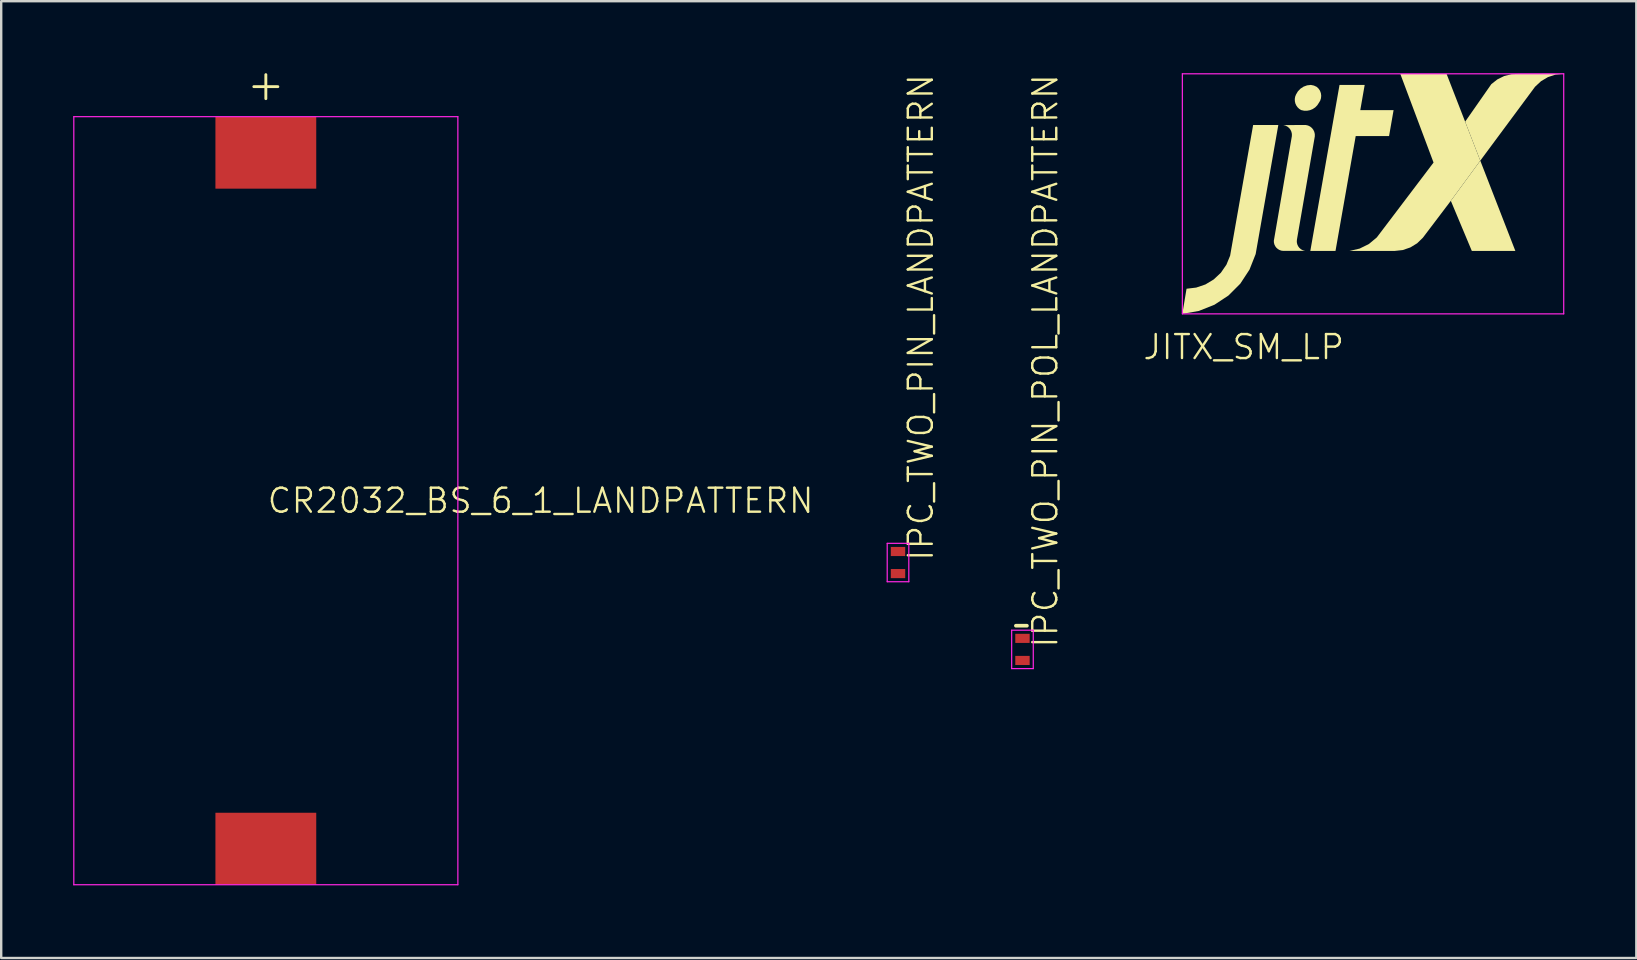
<source format=kicad_pcb>
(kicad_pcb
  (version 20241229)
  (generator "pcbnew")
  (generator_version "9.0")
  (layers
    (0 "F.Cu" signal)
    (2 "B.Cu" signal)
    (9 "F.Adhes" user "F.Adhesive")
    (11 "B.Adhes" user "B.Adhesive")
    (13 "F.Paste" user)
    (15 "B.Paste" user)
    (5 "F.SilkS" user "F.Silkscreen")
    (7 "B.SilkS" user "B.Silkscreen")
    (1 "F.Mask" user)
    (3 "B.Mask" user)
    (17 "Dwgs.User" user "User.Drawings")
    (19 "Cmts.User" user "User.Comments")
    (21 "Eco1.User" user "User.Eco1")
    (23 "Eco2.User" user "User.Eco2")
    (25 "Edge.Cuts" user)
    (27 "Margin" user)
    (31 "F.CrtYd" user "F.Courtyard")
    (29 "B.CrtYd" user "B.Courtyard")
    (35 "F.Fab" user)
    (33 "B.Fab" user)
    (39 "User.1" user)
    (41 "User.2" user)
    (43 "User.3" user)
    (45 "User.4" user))
  (footprint "IPC_TWO_PIN_LANDPATTERN"
    (layer "F.Cu")
    (at 34.362 20.386)
    (property "Reference" "IPC_TWO_PIN_LANDPATTERN" (at 0.95 0 90) (layer "F.SilkS") (effects (font (size 1 1) (thickness 0.1)) (justify left)))
    (fp_poly (pts (xy -0.35 -0.22) (xy 0.35 -0.22) (xy 0.35 -0.7) (xy -0.35 -0.7)) (stroke (width 0) (type solid)) (fill yes) (layer "F.Mask"))
    (fp_poly (pts (xy -0.35 0.7) (xy 0.35 0.7) (xy 0.35 0.22) (xy -0.35 0.22)) (stroke (width 0) (type solid)) (fill yes) (layer "F.Mask"))
    (fp_line (start -0.45 -0.8) (end -0.45 0.8) (stroke (width 0.05) (type solid)) (layer "F.CrtYd"))
    (fp_line (start -0.45 0.8) (end 0.45 0.8) (stroke (width 0.05) (type solid)) (layer "F.CrtYd"))
    (fp_line (start 0.45 -0.8) (end -0.45 -0.8) (stroke (width 0.05) (type solid)) (layer "F.CrtYd"))
    (fp_line (start 0.45 0.8) (end 0.45 -0.8) (stroke (width 0.05) (type solid)) (layer "F.CrtYd"))
    (pad "1" smd rect (at 0 -0.46) (size 0.6 0.38) (layers "F.Cu" "F.Paste"))
    (pad "2" smd rect (at 0 0.46) (size 0.6 0.38) (layers "F.Cu" "F.Paste")))
  (footprint "IPC_TWO_PIN_POL_LANDPATTERN"
    (layer "F.Cu")
    (at 39.547 24.005)
    (property "Reference" "IPC_TWO_PIN_POL_LANDPATTERN" (at 0.95 0 90) (layer "F.SilkS") (effects (font (size 1 1) (thickness 0.1)) (justify left)))
    (fp_poly (pts (xy -0.35 -0.22) (xy 0.35 -0.22) (xy 0.35 -0.7) (xy -0.35 -0.7)) (stroke (width 0) (type solid)) (fill yes) (layer "F.Mask"))
    (fp_poly (pts (xy -0.35 0.7) (xy 0.35 0.7) (xy 0.35 0.22) (xy -0.35 0.22)) (stroke (width 0) (type solid)) (fill yes) (layer "F.Mask"))
    (fp_line (start -0.274 -0.987) (end 0.185 -0.987) (stroke (width 0.153) (type solid)) (layer "F.SilkS"))
    (fp_line (start -0.45 -0.8) (end -0.45 0.8) (stroke (width 0.05) (type solid)) (layer "F.CrtYd"))
    (fp_line (start -0.45 0.8) (end 0.45 0.8) (stroke (width 0.05) (type solid)) (layer "F.CrtYd"))
    (fp_line (start 0.45 -0.8) (end -0.45 -0.8) (stroke (width 0.05) (type solid)) (layer "F.CrtYd"))
    (fp_line (start 0.45 0.8) (end 0.45 -0.8) (stroke (width 0.05) (type solid)) (layer "F.CrtYd"))
    (pad "a" smd rect (at 0 0.46) (size 0.6 0.38) (layers "F.Cu" "F.Paste"))
    (pad "c" smd rect (at 0 -0.46) (size 0.6 0.38) (layers "F.Cu" "F.Paste")))
  (footprint "JITX_SM_LP"
    (layer "F.Cu")
    (at 44.508 11.409)
    (property "Reference" "JITX_SM_LP" (at 0 0 0) (layer "F.SilkS") (effects (font (size 1 1) (thickness 0.1)) (justify left)))
    (fp_poly (pts (xy 12.885 -6.093) (xy 14.112 -7.766) (xy 15.573 -4.005) (xy 13.76 -4.004)) (stroke (width 0) (type solid)) (fill yes) (layer "F.SilkS"))
    (fp_poly (pts (xy 7.031 -4.004) (xy 8.08 -4.004) (xy 8.922 -8.789) (xy 10.312 -8.791) (xy 10.5 -9.871) (xy 9.113 -9.872) (xy 9.296 -10.921) (xy 8.248 -10.921)) (stroke (width 0) (type solid)) (fill yes) (layer "F.SilkS"))
    (fp_poly (pts (xy 14.112 -7.766) (xy 16.394 -10.845) (xy 16.641 -11.075) (xy 16.931 -11.247) (xy 17.252 -11.352) (xy 17.588 -11.384) (xy 15.733 -11.382) (xy 15.415 -11.369) (xy 15.107 -11.291) (xy 14.822 -11.15) (xy 14.572 -10.953) (xy 13.481 -9.389)) (stroke (width 0) (type solid)) (fill yes) (layer "F.SilkS"))
    (fp_poly (pts (xy 12.885 -6.093) (xy 14.112 -7.766) (xy 13.481 -9.389) (xy 12.708 -11.379) (xy 10.78 -11.38) (xy 12.165 -7.687) (xy 9.802 -4.569) (xy 9.471 -4.293) (xy 9.084 -4.102) (xy 8.664 -4.005) (xy 10.545 -4.005) (xy 10.878 -4.041) (xy 11.195 -4.149) (xy 11.481 -4.323) (xy 11.721 -4.556)) (stroke (width 0) (type solid)) (fill yes) (layer "F.SilkS"))
    (fp_poly (pts (xy 5.698 -9.252) (xy 4.649 -9.252) (xy 3.69 -3.807) (xy 3.536 -3.432) (xy 3.305 -3.097) (xy 3.009 -2.819) (xy 2.662 -2.609) (xy 2.277 -2.478) (xy 1.874 -2.43) (xy 1.7 -1.384) (xy 2.388 -1.505) (xy 3.037 -1.763) (xy 3.62 -2.147) (xy 4.114 -2.641) (xy 4.497 -3.225) (xy 4.754 -3.874)) (stroke (width 0) (type solid)) (fill yes) (layer "F.SilkS"))
    (fp_poly (pts (xy 6.809 -4.009) (xy 6.722 -4.032) (xy 6.643 -4.074) (xy 6.574 -4.133) (xy 6.521 -4.205) (xy 6.485 -4.288) (xy 6.468 -4.376) (xy 6.472 -4.466) (xy 7.218 -8.777) (xy 7.218 -8.873) (xy 7.197 -8.966) (xy 7.156 -9.052) (xy 7.096 -9.128) (xy 7.022 -9.188) (xy 6.936 -9.23) (xy 6.842 -9.251) (xy 5.904 -9.249) (xy 5.994 -9.227) (xy 6.076 -9.185) (xy 6.148 -9.126) (xy 6.204 -9.053) (xy 6.243 -8.969) (xy 6.263 -8.879) (xy 6.262 -8.787) (xy 5.511 -4.426) (xy 5.516 -4.347) (xy 5.536 -4.27) (xy 5.572 -4.198) (xy 5.62 -4.135) (xy 5.68 -4.083) (xy 5.749 -4.043) (xy 5.824 -4.017) (xy 5.903 -4.007)) (stroke (width 0) (type solid)) (fill yes) (layer "F.SilkS"))
    (fp_poly (pts (xy 7.052 -10.921) (xy 6.897 -10.903) (xy 6.751 -10.85) (xy 6.621 -10.765) (xy 6.513 -10.653) (xy 6.434 -10.519) (xy 6.434 -10.519) (xy 6.4 -10.431) (xy 6.384 -10.338) (xy 6.387 -10.244) (xy 6.407 -10.152) (xy 6.446 -10.066) (xy 6.5 -9.989) (xy 6.568 -9.924) (xy 6.648 -9.874) (xy 6.648 -9.874) (xy 6.769 -9.847) (xy 6.893 -9.845) (xy 7.015 -9.868) (xy 7.13 -9.915) (xy 7.234 -9.984) (xy 7.321 -10.073) (xy 7.389 -10.177) (xy 7.389 -10.177) (xy 7.444 -10.268) (xy 7.476 -10.369) (xy 7.485 -10.474) (xy 7.471 -10.579) (xy 7.434 -10.679) (xy 7.375 -10.767) (xy 7.298 -10.84) (xy 7.18 -10.895) (xy 7.052 -10.921)) (stroke (width 0) (type solid)) (fill yes) (layer "F.SilkS"))
    (fp_line (start 1.7 -11.384) (end 1.7 -1.384) (stroke (width 0.05) (type solid)) (layer "F.CrtYd"))
    (fp_line (start 1.7 -1.384) (end 17.588 -1.384) (stroke (width 0.05) (type solid)) (layer "F.CrtYd"))
    (fp_line (start 17.588 -11.384) (end 1.7 -11.384) (stroke (width 0.05) (type solid)) (layer "F.CrtYd"))
    (fp_line (start 17.588 -1.384) (end 17.588 -11.384) (stroke (width 0.05) (type solid)) (layer "F.CrtYd")))
  (footprint "CR2032_BS_6_1_LANDPATTERN"
    (layer "F.Cu")
    (at 8.025 17.81)
    (property "Reference" "CR2032_BS_6_1_LANDPATTERN" (at 0 0 0) (layer "F.SilkS") (effects (font (size 1 1) (thickness 0.1)) (justify left)))
    (fp_poly (pts (xy -2.15 -12.95) (xy 2.15 -12.95) (xy 2.15 -16.05) (xy -2.15 -16.05)) (stroke (width 0) (type solid)) (fill yes) (layer "F.Mask"))
    (fp_poly (pts (xy -2.15 16.05) (xy 2.15 16.05) (xy 2.15 12.95) (xy -2.15 12.95)) (stroke (width 0) (type solid)) (fill yes) (layer "F.Mask"))
    (fp_line (start -0.5 -17.25) (end 0.5 -17.25) (stroke (width 0.12) (type solid)) (layer "F.SilkS"))
    (fp_line (start 0 -17.75) (end 0 -16.75) (stroke (width 0.12) (type solid)) (layer "F.SilkS"))
    (fp_line (start -8 -16) (end -8 16) (stroke (width 0.05) (type solid)) (layer "F.CrtYd"))
    (fp_line (start -8 16) (end 8 16) (stroke (width 0.05) (type solid)) (layer "F.CrtYd"))
    (fp_line (start 8 -16) (end -8 -16) (stroke (width 0.05) (type solid)) (layer "F.CrtYd"))
    (fp_line (start 8 16) (end 8 -16) (stroke (width 0.05) (type solid)) (layer "F.CrtYd"))
    (pad "1" smd rect (at 0 -14.5) (size 4.2 3) (layers "F.Cu" "F.Paste"))
    (pad "2" smd rect (at 0 14.5) (size 4.2 3) (layers "F.Cu" "F.Paste")))
  (gr_rect
    (start -3 -3)
    (end 65.121 36.86)
    (stroke (width 0.1) (type default))
    (fill no)
    (layer "Edge.Cuts")))
</source>
